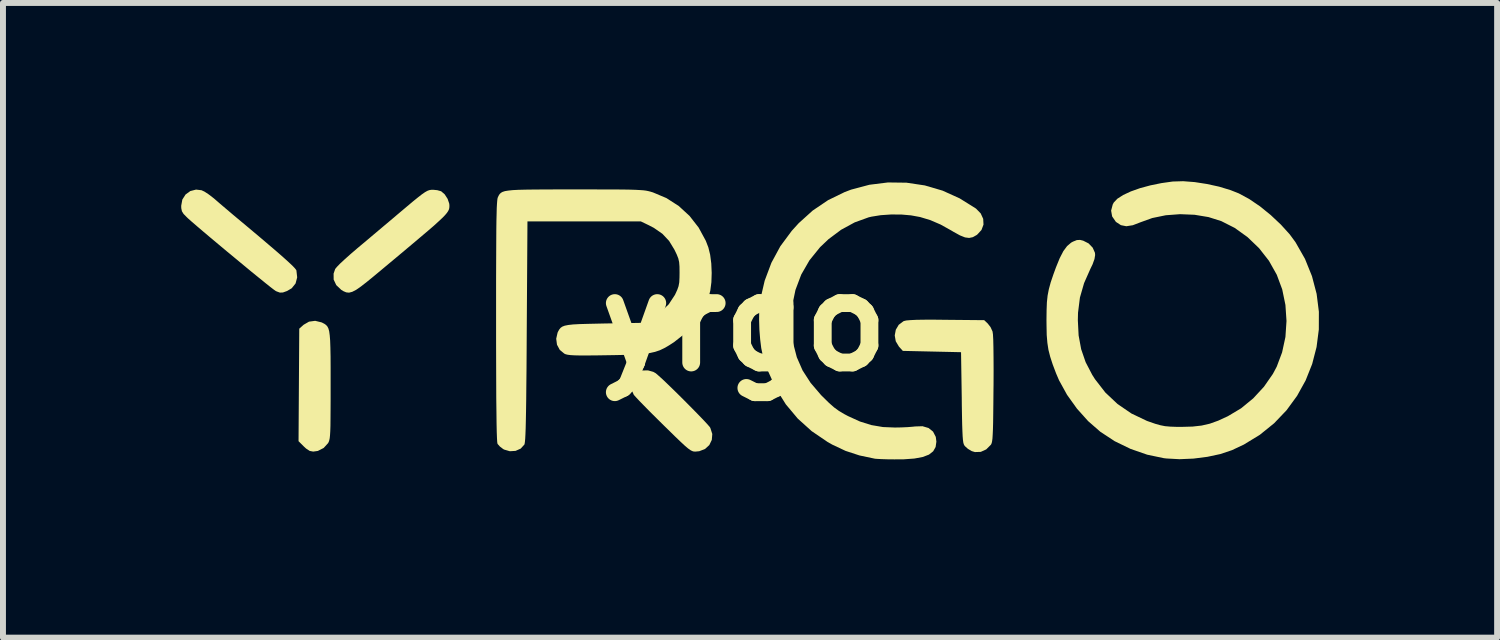
<source format=kicad_pcb>
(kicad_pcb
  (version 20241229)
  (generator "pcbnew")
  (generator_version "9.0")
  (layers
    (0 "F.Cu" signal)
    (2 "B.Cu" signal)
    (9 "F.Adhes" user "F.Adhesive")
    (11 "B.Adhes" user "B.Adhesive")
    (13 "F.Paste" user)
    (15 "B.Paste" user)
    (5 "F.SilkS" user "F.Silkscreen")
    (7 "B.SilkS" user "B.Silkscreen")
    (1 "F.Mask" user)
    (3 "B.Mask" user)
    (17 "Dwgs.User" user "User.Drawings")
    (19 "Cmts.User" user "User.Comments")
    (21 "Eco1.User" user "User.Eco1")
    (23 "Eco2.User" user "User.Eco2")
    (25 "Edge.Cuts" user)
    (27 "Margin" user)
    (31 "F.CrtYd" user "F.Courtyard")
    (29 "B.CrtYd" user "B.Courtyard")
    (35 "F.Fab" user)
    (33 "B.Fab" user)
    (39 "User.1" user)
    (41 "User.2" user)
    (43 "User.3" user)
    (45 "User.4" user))
  (footprint "yrgo"
    (layer "F.Cu")
    (at 9.477 2.373)
    (property "Reference" "yrgo" (at 0 0 0) (layer "F.SilkS") (effects (font (size 1.5 1.5) (thickness 0.3))))
    (attr board_only exclude_from_pos_files exclude_from_bom)
    (fp_poly (pts (xy -7.115 0.003) (xy -7.096 0.012) (xy -7.064 0.029) (xy -7.038 0.048) (xy -7.016 0.073) (xy -6.999 0.107) (xy -6.986 0.155) (xy -6.977 0.222) (xy -6.97 0.311) (xy -6.966 0.427) (xy -6.963 0.573) (xy -6.962 0.754) (xy -6.962 0.975) (xy -6.962 1.071) (xy -6.962 1.296) (xy -6.963 1.48) (xy -6.964 1.628) (xy -6.965 1.745) (xy -6.968 1.834) (xy -6.972 1.901) (xy -6.977 1.95) (xy -6.984 1.985) (xy -6.992 2.01) (xy -7.002 2.031) (xy -7.006 2.037) (xy -7.079 2.117) (xy -7.177 2.167) (xy -7.255 2.178) (xy -7.314 2.167) (xy -7.375 2.127) (xy -7.414 2.091) (xy -7.502 2.003) (xy -7.496 1.056) (xy -7.49 0.109) (xy -7.416 0.043) (xy -7.326 -0.009) (xy -7.222 -0.023)) (stroke (width 0) (type solid)) (fill yes) (layer "F.SilkS"))
    (fp_poly (pts (xy -1.531 0.836) (xy -1.49 0.859) (xy -1.447 0.896) (xy -1.379 0.957) (xy -1.294 1.038) (xy -1.196 1.133) (xy -1.089 1.238) (xy -0.981 1.346) (xy -0.875 1.453) (xy -0.777 1.553) (xy -0.692 1.641) (xy -0.626 1.712) (xy -0.583 1.761) (xy -0.571 1.779) (xy -0.538 1.882) (xy -0.546 1.981) (xy -0.588 2.068) (xy -0.66 2.134) (xy -0.758 2.172) (xy -0.823 2.178) (xy -0.849 2.177) (xy -0.876 2.169) (xy -0.907 2.153) (xy -0.947 2.124) (xy -1 2.079) (xy -1.069 2.015) (xy -1.16 1.928) (xy -1.276 1.814) (xy -1.357 1.735) (xy -1.477 1.616) (xy -1.589 1.505) (xy -1.687 1.405) (xy -1.768 1.322) (xy -1.826 1.26) (xy -1.858 1.224) (xy -1.859 1.223) (xy -1.899 1.132) (xy -1.903 1.032) (xy -1.872 0.936) (xy -1.809 0.857) (xy -1.792 0.844) (xy -1.714 0.813) (xy -1.621 0.811)) (stroke (width 0) (type solid)) (fill yes) (layer "F.SilkS"))
    (fp_poly (pts (xy -9.135 -2.221) (xy -9.084 -2.197) (xy -9.014 -2.151) (xy -8.936 -2.091) (xy -8.913 -2.072) (xy -8.823 -1.994) (xy -8.718 -1.905) (xy -8.618 -1.82) (xy -8.599 -1.804) (xy -8.368 -1.611) (xy -8.17 -1.445) (xy -8.003 -1.303) (xy -7.865 -1.185) (xy -7.754 -1.088) (xy -7.669 -1.011) (xy -7.606 -0.952) (xy -7.565 -0.909) (xy -7.543 -0.881) (xy -7.538 -0.872) (xy -7.525 -0.754) (xy -7.552 -0.652) (xy -7.617 -0.571) (xy -7.695 -0.525) (xy -7.765 -0.5) (xy -7.816 -0.498) (xy -7.871 -0.518) (xy -7.887 -0.526) (xy -7.917 -0.547) (xy -7.977 -0.593) (xy -8.062 -0.661) (xy -8.167 -0.746) (xy -8.289 -0.845) (xy -8.422 -0.955) (xy -8.562 -1.071) (xy -8.705 -1.189) (xy -8.846 -1.307) (xy -8.98 -1.419) (xy -9.103 -1.523) (xy -9.211 -1.615) (xy -9.298 -1.69) (xy -9.36 -1.745) (xy -9.381 -1.765) (xy -9.437 -1.822) (xy -9.465 -1.867) (xy -9.476 -1.919) (xy -9.477 -1.96) (xy -9.458 -2.064) (xy -9.404 -2.149) (xy -9.324 -2.207) (xy -9.227 -2.232)) (stroke (width 0) (type solid)) (fill yes) (layer "F.SilkS"))
    (fp_poly (pts (xy -5.167 -2.222) (xy -5.107 -2.205) (xy -5.101 -2.203) (xy -5.042 -2.152) (xy -4.993 -2.076) (xy -4.966 -1.997) (xy -4.963 -1.972) (xy -4.963 -1.945) (xy -4.965 -1.921) (xy -4.971 -1.897) (xy -4.984 -1.87) (xy -5.005 -1.839) (xy -5.037 -1.801) (xy -5.083 -1.754) (xy -5.145 -1.696) (xy -5.224 -1.624) (xy -5.325 -1.537) (xy -5.448 -1.433) (xy -5.596 -1.308) (xy -5.771 -1.161) (xy -5.977 -0.989) (xy -6.212 -0.793) (xy -6.345 -0.684) (xy -6.45 -0.602) (xy -6.532 -0.545) (xy -6.598 -0.511) (xy -6.652 -0.497) (xy -6.699 -0.502) (xy -6.747 -0.522) (xy -6.784 -0.545) (xy -6.867 -0.624) (xy -6.911 -0.717) (xy -6.912 -0.818) (xy -6.885 -0.896) (xy -6.857 -0.93) (xy -6.802 -0.987) (xy -6.723 -1.06) (xy -6.628 -1.145) (xy -6.522 -1.236) (xy -6.52 -1.238) (xy -6.386 -1.35) (xy -6.233 -1.479) (xy -6.074 -1.613) (xy -5.924 -1.739) (xy -5.843 -1.808) (xy -5.698 -1.93) (xy -5.584 -2.026) (xy -5.494 -2.099) (xy -5.426 -2.152) (xy -5.374 -2.188) (xy -5.333 -2.211) (xy -5.3 -2.223) (xy -5.269 -2.228) (xy -5.238 -2.229)) (stroke (width 0) (type solid)) (fill yes) (layer "F.SilkS"))
    (fp_poly (pts (xy 3.396 -0.04) (xy 4.039 -0.034) (xy 4.097 0.021) (xy 4.145 0.082) (xy 4.178 0.154) (xy 4.179 0.156) (xy 4.186 0.203) (xy 4.191 0.293) (xy 4.194 0.425) (xy 4.196 0.598) (xy 4.197 0.809) (xy 4.196 1.058) (xy 4.195 1.123) (xy 4.193 1.349) (xy 4.191 1.534) (xy 4.189 1.683) (xy 4.186 1.801) (xy 4.182 1.89) (xy 4.178 1.956) (xy 4.172 2.002) (xy 4.165 2.034) (xy 4.156 2.055) (xy 4.151 2.063) (xy 4.073 2.141) (xy 3.981 2.183) (xy 3.883 2.186) (xy 3.829 2.17) (xy 3.765 2.132) (xy 3.717 2.089) (xy 3.705 2.074) (xy 3.695 2.054) (xy 3.687 2.025) (xy 3.681 1.981) (xy 3.676 1.92) (xy 3.672 1.835) (xy 3.668 1.722) (xy 3.665 1.576) (xy 3.662 1.392) (xy 3.661 1.272) (xy 3.649 0.505) (xy 3.159 0.494) (xy 2.669 0.483) (xy 2.603 0.41) (xy 2.55 0.321) (xy 2.533 0.223) (xy 2.551 0.127) (xy 2.6 0.044) (xy 2.678 -0.015) (xy 2.69 -0.02) (xy 2.728 -0.029) (xy 2.798 -0.035) (xy 2.901 -0.04) (xy 3.042 -0.042) (xy 3.222 -0.042)) (stroke (width 0) (type solid)) (fill yes) (layer "F.SilkS"))
    (fp_poly (pts (xy 2.731 -2.348) (xy 3.039 -2.302) (xy 3.339 -2.214) (xy 3.626 -2.084) (xy 3.898 -1.914) (xy 3.901 -1.912) (xy 3.98 -1.831) (xy 4.022 -1.739) (xy 4.027 -1.643) (xy 3.993 -1.552) (xy 3.922 -1.475) (xy 3.91 -1.466) (xy 3.847 -1.431) (xy 3.785 -1.418) (xy 3.716 -1.427) (xy 3.631 -1.461) (xy 3.522 -1.521) (xy 3.489 -1.541) (xy 3.304 -1.644) (xy 3.132 -1.718) (xy 2.96 -1.77) (xy 2.807 -1.798) (xy 2.647 -1.812) (xy 2.471 -1.813) (xy 2.296 -1.801) (xy 2.141 -1.776) (xy 2.094 -1.765) (xy 1.859 -1.68) (xy 1.631 -1.556) (xy 1.418 -1.397) (xy 1.276 -1.262) (xy 1.098 -1.042) (xy 0.959 -0.801) (xy 0.862 -0.543) (xy 0.805 -0.268) (xy 0.791 0.023) (xy 0.793 0.09) (xy 0.823 0.353) (xy 0.885 0.591) (xy 0.982 0.812) (xy 1.117 1.021) (xy 1.293 1.227) (xy 1.325 1.259) (xy 1.427 1.359) (xy 1.512 1.434) (xy 1.593 1.493) (xy 1.682 1.546) (xy 1.746 1.58) (xy 1.948 1.672) (xy 2.14 1.732) (xy 2.335 1.765) (xy 2.536 1.773) (xy 2.647 1.771) (xy 2.754 1.766) (xy 2.84 1.759) (xy 2.875 1.755) (xy 3 1.751) (xy 3.102 1.781) (xy 3.178 1.842) (xy 3.224 1.931) (xy 3.234 2.011) (xy 3.221 2.101) (xy 3.18 2.173) (xy 3.109 2.229) (xy 3.004 2.269) (xy 2.864 2.295) (xy 2.684 2.308) (xy 2.527 2.309) (xy 2.416 2.308) (xy 2.317 2.305) (xy 2.241 2.301) (xy 2.201 2.298) (xy 1.94 2.243) (xy 1.705 2.166) (xy 1.482 2.061) (xy 1.404 2.017) (xy 1.135 1.834) (xy 0.901 1.623) (xy 0.7 1.383) (xy 0.532 1.114) (xy 0.396 0.813) (xy 0.31 0.55) (xy 0.286 0.436) (xy 0.268 0.29) (xy 0.255 0.127) (xy 0.25 -0.039) (xy 0.252 -0.197) (xy 0.262 -0.33) (xy 0.268 -0.373) (xy 0.344 -0.699) (xy 0.457 -1) (xy 0.608 -1.279) (xy 0.8 -1.538) (xy 0.917 -1.667) (xy 1.152 -1.879) (xy 1.411 -2.054) (xy 1.69 -2.19) (xy 1.798 -2.231) (xy 2.106 -2.313) (xy 2.419 -2.352)) (stroke (width 0) (type solid)) (fill yes) (layer "F.SilkS"))
    (fp_poly (pts (xy 7.582 -2.358) (xy 7.788 -2.326) (xy 7.994 -2.281) (xy 8.185 -2.223) (xy 8.324 -2.168) (xy 8.498 -2.074) (xy 8.681 -1.95) (xy 8.862 -1.803) (xy 9.032 -1.643) (xy 9.18 -1.48) (xy 9.278 -1.347) (xy 9.438 -1.066) (xy 9.556 -0.774) (xy 9.634 -0.477) (xy 9.672 -0.176) (xy 9.671 0.123) (xy 9.633 0.418) (xy 9.559 0.704) (xy 9.449 0.98) (xy 9.305 1.24) (xy 9.128 1.482) (xy 8.919 1.701) (xy 8.679 1.895) (xy 8.409 2.06) (xy 8.209 2.154) (xy 8.016 2.219) (xy 7.796 2.266) (xy 7.561 2.296) (xy 7.326 2.306) (xy 7.106 2.294) (xy 7.063 2.289) (xy 6.782 2.23) (xy 6.503 2.133) (xy 6.235 2.003) (xy 5.993 1.844) (xy 5.993 1.844) (xy 5.788 1.665) (xy 5.599 1.454) (xy 5.433 1.222) (xy 5.299 0.979) (xy 5.25 0.865) (xy 5.192 0.712) (xy 5.15 0.583) (xy 5.12 0.465) (xy 5.102 0.347) (xy 5.091 0.215) (xy 5.088 0.056) (xy 5.087 -0.034) (xy 5.089 -0.2) (xy 5.094 -0.334) (xy 5.106 -0.448) (xy 5.127 -0.556) (xy 5.158 -0.67) (xy 5.203 -0.803) (xy 5.246 -0.921) (xy 5.31 -1.078) (xy 5.371 -1.196) (xy 5.434 -1.281) (xy 5.502 -1.339) (xy 5.533 -1.356) (xy 5.598 -1.382) (xy 5.652 -1.385) (xy 5.705 -1.372) (xy 5.796 -1.326) (xy 5.865 -1.254) (xy 5.903 -1.168) (xy 5.906 -1.13) (xy 5.895 -1.063) (xy 5.863 -0.974) (xy 5.828 -0.902) (xy 5.72 -0.658) (xy 5.65 -0.415) (xy 5.618 -0.16) (xy 5.615 -0.034) (xy 5.628 0.223) (xy 5.671 0.455) (xy 5.746 0.673) (xy 5.857 0.886) (xy 5.904 0.96) (xy 6.078 1.184) (xy 6.283 1.377) (xy 6.517 1.537) (xy 6.779 1.662) (xy 6.917 1.71) (xy 7.002 1.734) (xy 7.082 1.75) (xy 7.172 1.758) (xy 7.284 1.762) (xy 7.366 1.762) (xy 7.546 1.757) (xy 7.698 1.74) (xy 7.837 1.708) (xy 7.979 1.657) (xy 8.139 1.583) (xy 8.141 1.582) (xy 8.362 1.45) (xy 8.567 1.282) (xy 8.748 1.086) (xy 8.898 0.87) (xy 8.962 0.75) (xy 9.053 0.508) (xy 9.109 0.249) (xy 9.127 -0.02) (xy 9.109 -0.29) (xy 9.055 -0.552) (xy 8.964 -0.797) (xy 8.962 -0.801) (xy 8.831 -1.034) (xy 8.665 -1.246) (xy 8.471 -1.432) (xy 8.255 -1.587) (xy 8.03 -1.701) (xy 7.815 -1.769) (xy 7.58 -1.808) (xy 7.336 -1.818) (xy 7.095 -1.8) (xy 6.867 -1.753) (xy 6.673 -1.683) (xy 6.54 -1.632) (xy 6.431 -1.615) (xy 6.34 -1.633) (xy 6.262 -1.684) (xy 6.252 -1.693) (xy 6.192 -1.781) (xy 6.175 -1.878) (xy 6.202 -1.981) (xy 6.22 -2.015) (xy 6.28 -2.078) (xy 6.378 -2.141) (xy 6.507 -2.201) (xy 6.662 -2.256) (xy 6.836 -2.303) (xy 7.022 -2.341) (xy 7.214 -2.368) (xy 7.22 -2.368) (xy 7.388 -2.373)) (stroke (width 0) (type solid)) (fill yes) (layer "F.SilkS"))
    (fp_poly (pts (xy -2.586 -2.235) (xy -2.37 -2.234) (xy -2.191 -2.234) (xy -2.044 -2.233) (xy -1.926 -2.231) (xy -1.831 -2.228) (xy -1.757 -2.224) (xy -1.699 -2.22) (xy -1.652 -2.214) (xy -1.613 -2.206) (xy -1.578 -2.197) (xy -1.542 -2.186) (xy -1.538 -2.185) (xy -1.31 -2.089) (xy -1.103 -1.956) (xy -0.921 -1.789) (xy -0.768 -1.593) (xy -0.647 -1.37) (xy -0.604 -1.258) (xy -0.574 -1.136) (xy -0.555 -0.989) (xy -0.548 -0.83) (xy -0.553 -0.673) (xy -0.571 -0.534) (xy -0.592 -0.449) (xy -0.695 -0.206) (xy -0.827 0.004) (xy -0.99 0.185) (xy -1.182 0.336) (xy -1.267 0.391) (xy -1.345 0.436) (xy -1.42 0.472) (xy -1.5 0.499) (xy -1.589 0.519) (xy -1.696 0.534) (xy -1.825 0.543) (xy -1.984 0.55) (xy -2.177 0.554) (xy -2.305 0.556) (xy -2.498 0.559) (xy -2.651 0.56) (xy -2.769 0.56) (xy -2.859 0.558) (xy -2.924 0.554) (xy -2.971 0.548) (xy -3.005 0.54) (xy -3.029 0.529) (xy -3.105 0.466) (xy -3.152 0.379) (xy -3.165 0.278) (xy -3.142 0.176) (xy -3.133 0.157) (xy -3.114 0.123) (xy -3.092 0.096) (xy -3.063 0.075) (xy -3.022 0.059) (xy -2.962 0.047) (xy -2.881 0.038) (xy -2.771 0.032) (xy -2.629 0.028) (xy -2.449 0.024) (xy -2.358 0.022) (xy -1.718 0.011) (xy -1.591 -0.053) (xy -1.414 -0.165) (xy -1.271 -0.301) (xy -1.167 -0.459) (xy -1.163 -0.467) (xy -1.128 -0.543) (xy -1.106 -0.605) (xy -1.094 -0.67) (xy -1.09 -0.753) (xy -1.089 -0.832) (xy -1.09 -0.936) (xy -1.096 -1.011) (xy -1.11 -1.073) (xy -1.136 -1.139) (xy -1.175 -1.22) (xy -1.265 -1.368) (xy -1.378 -1.488) (xy -1.522 -1.588) (xy -1.617 -1.637) (xy -1.74 -1.696) (xy -2.695 -1.696) (xy -3.649 -1.696) (xy -3.661 0.157) (xy -3.663 0.505) (xy -3.665 0.811) (xy -3.668 1.076) (xy -3.67 1.304) (xy -3.673 1.496) (xy -3.676 1.656) (xy -3.679 1.786) (xy -3.683 1.887) (xy -3.687 1.963) (xy -3.692 2.016) (xy -3.697 2.048) (xy -3.701 2.06) (xy -3.763 2.128) (xy -3.849 2.166) (xy -3.946 2.172) (xy -4.042 2.144) (xy -4.058 2.135) (xy -4.113 2.093) (xy -4.151 2.05) (xy -4.153 2.046) (xy -4.158 2.018) (xy -4.162 1.951) (xy -4.166 1.845) (xy -4.169 1.699) (xy -4.171 1.513) (xy -4.174 1.284) (xy -4.175 1.014) (xy -4.176 0.701) (xy -4.177 0.345) (xy -4.177 -0.022) (xy -4.177 -0.378) (xy -4.177 -0.691) (xy -4.176 -0.964) (xy -4.175 -1.201) (xy -4.174 -1.403) (xy -4.173 -1.573) (xy -4.171 -1.715) (xy -4.168 -1.83) (xy -4.166 -1.921) (xy -4.162 -1.991) (xy -4.158 -2.042) (xy -4.154 -2.078) (xy -4.148 -2.1) (xy -4.145 -2.107) (xy -4.131 -2.135) (xy -4.116 -2.158) (xy -4.096 -2.177) (xy -4.068 -2.193) (xy -4.028 -2.206) (xy -3.973 -2.215) (xy -3.898 -2.223) (xy -3.801 -2.228) (xy -3.677 -2.231) (xy -3.523 -2.233) (xy -3.335 -2.234) (xy -3.109 -2.235) (xy -2.843 -2.235)) (stroke (width 0) (type solid)) (fill yes) (layer "F.SilkS")))
  (gr_rect
    (start -3 -3)
    (end 22.149 7.682)
    (stroke (width 0.1) (type default))
    (fill no)
    (layer "Edge.Cuts")))
</source>
